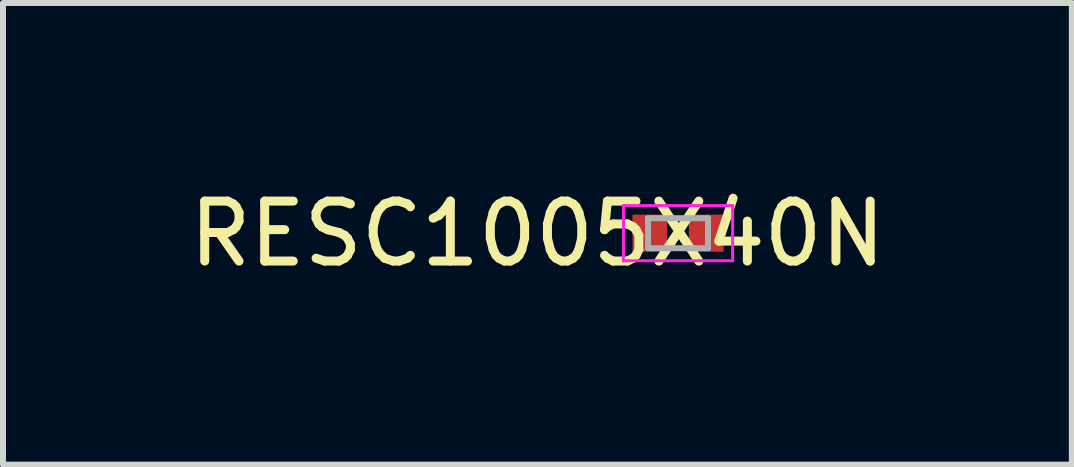
<source format=kicad_pcb>
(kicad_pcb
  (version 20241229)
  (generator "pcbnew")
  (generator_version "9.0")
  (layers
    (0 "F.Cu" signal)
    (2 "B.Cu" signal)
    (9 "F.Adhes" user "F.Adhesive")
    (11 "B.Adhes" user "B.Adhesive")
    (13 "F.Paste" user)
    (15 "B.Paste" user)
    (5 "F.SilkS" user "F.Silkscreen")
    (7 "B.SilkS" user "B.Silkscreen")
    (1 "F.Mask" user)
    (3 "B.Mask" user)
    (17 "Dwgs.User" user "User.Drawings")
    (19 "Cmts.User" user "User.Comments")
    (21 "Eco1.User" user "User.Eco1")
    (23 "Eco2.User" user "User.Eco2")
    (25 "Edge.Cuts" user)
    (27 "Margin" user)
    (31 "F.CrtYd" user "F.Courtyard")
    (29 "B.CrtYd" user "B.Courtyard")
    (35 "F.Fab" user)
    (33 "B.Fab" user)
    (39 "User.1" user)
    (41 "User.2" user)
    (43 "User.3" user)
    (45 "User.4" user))
  (footprint "RESC1005X40N"
    (layer "F.Cu")
    (at 8.255 0.838)
    (property "Reference" "RESC1005X40N" (at -2.344 0.01 180) (layer "F.SilkS") (effects (font (size 1 1) (thickness 0.15))))
    (attr smd)
    (fp_line (start -0.91 -0.46) (end 0.91 -0.46) (stroke (width 0.05) (type solid)) (layer "F.CrtYd"))
    (fp_line (start -0.91 0.46) (end -0.91 -0.46) (stroke (width 0.05) (type solid)) (layer "F.CrtYd"))
    (fp_line (start -0.91 0.46) (end 0.91 0.46) (stroke (width 0.05) (type solid)) (layer "F.CrtYd"))
    (fp_line (start 0.91 0.46) (end 0.91 -0.46) (stroke (width 0.05) (type solid)) (layer "F.CrtYd"))
    (fp_line (start -0.5 -0.25) (end 0.5 -0.25) (stroke (width 0.1) (type solid)) (layer "F.Fab"))
    (fp_line (start -0.5 0.25) (end -0.5 -0.25) (stroke (width 0.1) (type solid)) (layer "F.Fab"))
    (fp_line (start -0.5 0.25) (end 0.5 0.25) (stroke (width 0.1) (type solid)) (layer "F.Fab"))
    (fp_line (start 0.5 0.25) (end 0.5 -0.25) (stroke (width 0.1) (type solid)) (layer "F.Fab"))
    (pad "1" smd rect (at -0.47 0 90) (size 0.62 0.58) (layers "F.Cu" "F.Mask" "F.Paste"))
    (pad "2" smd rect (at 0.47 0 90) (size 0.62 0.58) (layers "F.Cu" "F.Mask" "F.Paste")))
  (gr_rect
    (start -3 -3)
    (end 14.821 4.697)
    (stroke (width 0.1) (type default))
    (fill no)
    (layer "Edge.Cuts")))
</source>
